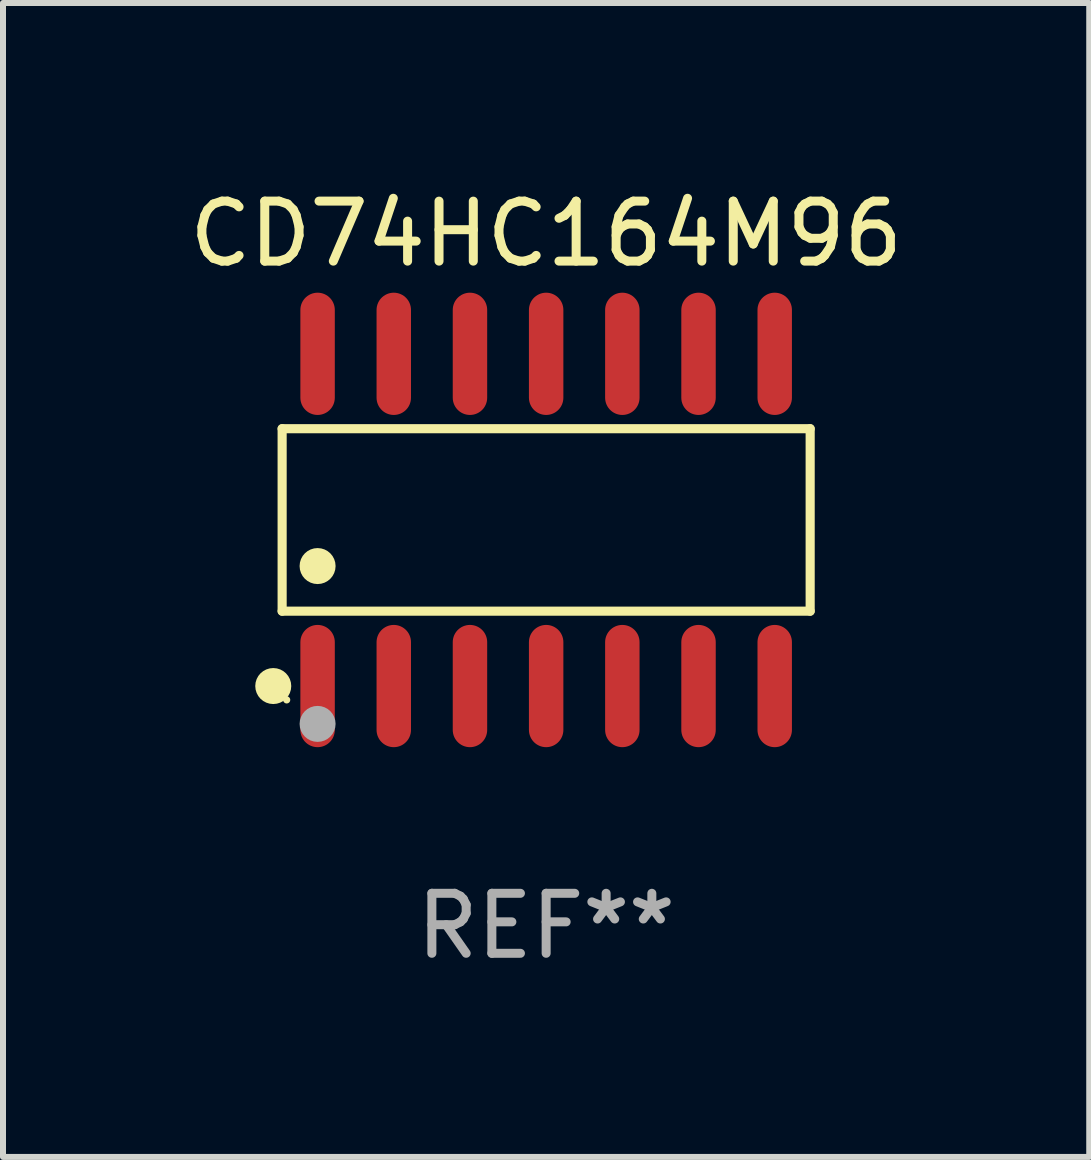
<source format=kicad_pcb>
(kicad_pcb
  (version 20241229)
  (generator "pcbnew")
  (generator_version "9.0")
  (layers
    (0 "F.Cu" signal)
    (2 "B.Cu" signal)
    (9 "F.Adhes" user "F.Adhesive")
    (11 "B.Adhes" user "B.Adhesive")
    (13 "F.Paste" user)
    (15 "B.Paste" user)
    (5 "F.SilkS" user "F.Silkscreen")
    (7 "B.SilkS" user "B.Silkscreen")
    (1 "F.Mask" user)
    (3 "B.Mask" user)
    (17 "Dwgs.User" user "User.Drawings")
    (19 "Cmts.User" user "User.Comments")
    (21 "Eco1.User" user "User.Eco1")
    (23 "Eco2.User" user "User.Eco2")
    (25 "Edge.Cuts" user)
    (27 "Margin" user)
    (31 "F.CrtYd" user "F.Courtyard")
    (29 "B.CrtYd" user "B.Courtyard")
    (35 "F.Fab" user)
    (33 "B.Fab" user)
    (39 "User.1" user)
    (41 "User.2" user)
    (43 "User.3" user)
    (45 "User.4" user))
  (footprint "CD74HC164M96"
    (layer "F.Cu")
    (at 6.054 5.617)
    (property "Reference" "CD74HC164M96" (at 0 -4.769 0) (layer "F.SilkS") (effects (font (size 1 1) (thickness 0.15))))
    (attr through_hole)
    (fp_line (start -4.401 -1.521) (end 4.401 -1.521) (stroke (width 0.152) (type solid)) (layer "F.SilkS"))
    (fp_line (start -4.401 1.521) (end -4.401 -1.521) (stroke (width 0.152) (type solid)) (layer "F.SilkS"))
    (fp_line (start 4.401 -1.521) (end 4.401 1.521) (stroke (width 0.152) (type solid)) (layer "F.SilkS"))
    (fp_line (start 4.401 1.521) (end -4.401 1.521) (stroke (width 0.152) (type solid)) (layer "F.SilkS"))
    (fp_circle (center -4.549 2.769) (end -4.399 2.769) (stroke (width 0.3) (type solid)) (fill no) (layer "F.SilkS"))
    (fp_circle (center -4.325 3) (end -4.295 3) (stroke (width 0.06) (type solid)) (fill no) (layer "F.SilkS"))
    (fp_circle (center -3.81 0.769) (end -3.66 0.769) (stroke (width 0.3) (type solid)) (fill no) (layer "F.SilkS"))
    (fp_circle (center -3.81 3.4) (end -3.66 3.4) (stroke (width 0.3) (type solid)) (fill no) (layer "F.Fab"))
    (fp_text user "REF**" (at 0 6.769 0) (layer "F.Fab") (effects (font (size 1 1) (thickness 0.15))))
    (pad "1" smd oval (at -3.81 2.769) (size 0.574 2.038) (layers "F.Cu" "F.Mask" "F.Paste"))
    (pad "2" smd oval (at -2.54 2.769) (size 0.574 2.038) (layers "F.Cu" "F.Mask" "F.Paste"))
    (pad "3" smd oval (at -1.27 2.769) (size 0.574 2.038) (layers "F.Cu" "F.Mask" "F.Paste"))
    (pad "4" smd oval (at 0 2.769) (size 0.574 2.038) (layers "F.Cu" "F.Mask" "F.Paste"))
    (pad "5" smd oval (at 1.27 2.769) (size 0.574 2.038) (layers "F.Cu" "F.Mask" "F.Paste"))
    (pad "6" smd oval (at 2.54 2.769) (size 0.574 2.038) (layers "F.Cu" "F.Mask" "F.Paste"))
    (pad "7" smd oval (at 3.81 2.769) (size 0.574 2.038) (layers "F.Cu" "F.Mask" "F.Paste"))
    (pad "8" smd oval (at 3.81 -2.769) (size 0.574 2.038) (layers "F.Cu" "F.Mask" "F.Paste"))
    (pad "9" smd oval (at 2.54 -2.769) (size 0.574 2.038) (layers "F.Cu" "F.Mask" "F.Paste"))
    (pad "10" smd oval (at 1.27 -2.769) (size 0.574 2.038) (layers "F.Cu" "F.Mask" "F.Paste"))
    (pad "11" smd oval (at 0 -2.769) (size 0.574 2.038) (layers "F.Cu" "F.Mask" "F.Paste"))
    (pad "12" smd oval (at -1.27 -2.769) (size 0.574 2.038) (layers "F.Cu" "F.Mask" "F.Paste"))
    (pad "13" smd oval (at -2.54 -2.769) (size 0.574 2.038) (layers "F.Cu" "F.Mask" "F.Paste"))
    (pad "14" smd oval (at -3.81 -2.769) (size 0.574 2.038) (layers "F.Cu" "F.Mask" "F.Paste")))
  (gr_rect
    (start -3 -3)
    (end 15.107 16.235)
    (stroke (width 0.1) (type default))
    (fill no)
    (layer "Edge.Cuts")))
</source>
